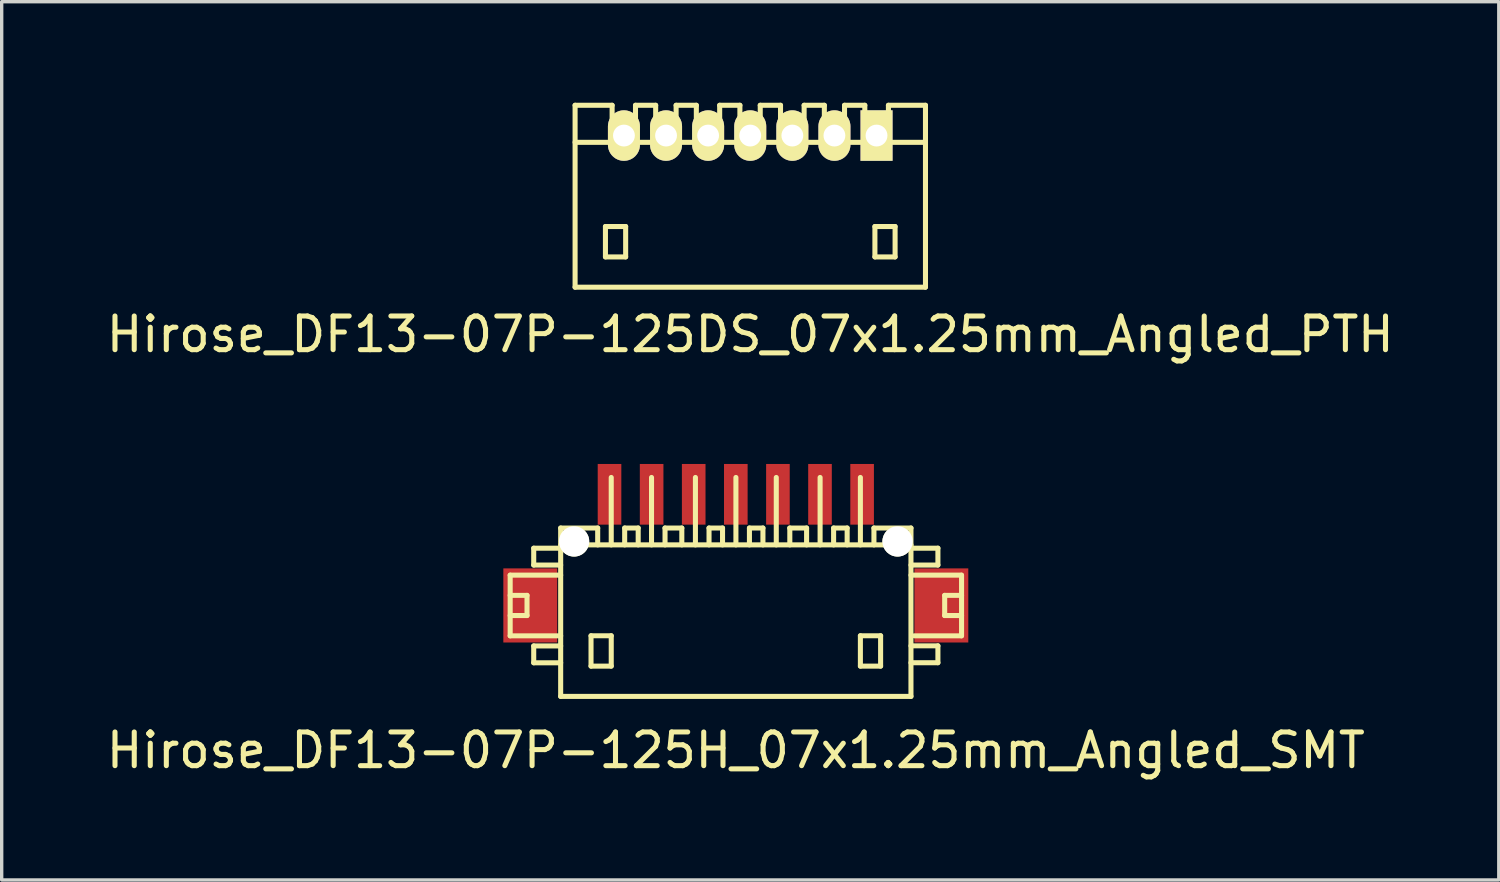
<source format=kicad_pcb>
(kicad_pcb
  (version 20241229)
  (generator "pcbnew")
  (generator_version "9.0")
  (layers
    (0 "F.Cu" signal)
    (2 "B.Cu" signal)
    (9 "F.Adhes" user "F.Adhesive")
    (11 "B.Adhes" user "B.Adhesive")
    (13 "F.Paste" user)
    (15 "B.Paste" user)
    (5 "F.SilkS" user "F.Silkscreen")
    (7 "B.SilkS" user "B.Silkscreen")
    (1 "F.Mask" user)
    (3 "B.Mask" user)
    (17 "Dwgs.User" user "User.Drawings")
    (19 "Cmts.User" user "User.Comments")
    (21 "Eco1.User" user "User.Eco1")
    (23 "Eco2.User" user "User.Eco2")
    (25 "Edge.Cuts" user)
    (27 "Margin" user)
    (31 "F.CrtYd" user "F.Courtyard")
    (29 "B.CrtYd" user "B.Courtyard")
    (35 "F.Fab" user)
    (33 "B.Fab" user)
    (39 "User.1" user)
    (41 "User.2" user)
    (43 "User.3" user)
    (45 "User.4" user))
  (footprint "Hirose_DF13-07P-125DS_07x1.25mm_Angled_PTH"
    (layer "F.Cu")
    (at 19.22 2.775)
    (property "Reference" "Hirose_DF13-07P-125DS_07x1.25mm_Angled_PTH" (at 0 4.1 0) (layer "F.SilkS") (effects (font (size 1 1) (thickness 0.15))))
    (attr through_hole)
    (fp_line (start -5.199 2.7) (end -5.199 -2.7) (stroke (width 0.15) (type solid)) (layer "F.SilkS"))
    (fp_line (start -5.199 2.7) (end 5.199 2.7) (stroke (width 0.15) (type solid)) (layer "F.SilkS"))
    (fp_line (start -4.298 0.899) (end -4.298 1.801) (stroke (width 0.15) (type solid)) (layer "F.SilkS"))
    (fp_line (start -4.298 1.801) (end -3.698 1.801) (stroke (width 0.15) (type solid)) (layer "F.SilkS"))
    (fp_line (start -4.1 -2.7) (end -5.199 -2.7) (stroke (width 0.15) (type solid)) (layer "F.SilkS"))
    (fp_line (start -4.1 -1.6) (end -4.1 -2.7) (stroke (width 0.15) (type solid)) (layer "F.SilkS"))
    (fp_line (start -3.698 0.899) (end -4.298 0.899) (stroke (width 0.15) (type solid)) (layer "F.SilkS"))
    (fp_line (start -3.698 1.801) (end -3.698 0.899) (stroke (width 0.15) (type solid)) (layer "F.SilkS"))
    (fp_line (start -3.406 -1.6) (end -3.406 -2.7) (stroke (width 0.15) (type solid)) (layer "F.SilkS"))
    (fp_line (start -2.807 -2.7) (end -3.406 -2.7) (stroke (width 0.15) (type solid)) (layer "F.SilkS"))
    (fp_line (start -2.807 -1.6) (end -2.807 -2.7) (stroke (width 0.15) (type solid)) (layer "F.SilkS"))
    (fp_line (start -2.2 -2.7) (end -1.6 -2.7) (stroke (width 0.15) (type solid)) (layer "F.SilkS"))
    (fp_line (start -2.2 -1.6) (end -2.2 -2.7) (stroke (width 0.15) (type solid)) (layer "F.SilkS"))
    (fp_line (start -1.6 -2.7) (end -1.6 -1.6) (stroke (width 0.15) (type solid)) (layer "F.SilkS"))
    (fp_line (start -0.907 -2.7) (end -0.307 -2.7) (stroke (width 0.15) (type solid)) (layer "F.SilkS"))
    (fp_line (start -0.907 -1.6) (end -0.907 -2.7) (stroke (width 0.15) (type solid)) (layer "F.SilkS"))
    (fp_line (start -0.307 -2.7) (end -0.307 -1.6) (stroke (width 0.15) (type solid)) (layer "F.SilkS"))
    (fp_line (start 0.297 -2.7) (end 0.899 -2.7) (stroke (width 0.15) (type solid)) (layer "F.SilkS"))
    (fp_line (start 0.297 -1.6) (end 0.297 -2.7) (stroke (width 0.15) (type solid)) (layer "F.SilkS"))
    (fp_line (start 0.899 -2.7) (end 0.899 -1.6) (stroke (width 0.15) (type solid)) (layer "F.SilkS"))
    (fp_line (start 1.6 -2.7) (end 2.2 -2.7) (stroke (width 0.15) (type solid)) (layer "F.SilkS"))
    (fp_line (start 1.6 -1.6) (end 1.6 -2.7) (stroke (width 0.15) (type solid)) (layer "F.SilkS"))
    (fp_line (start 2.2 -2.7) (end 2.2 -1.6) (stroke (width 0.15) (type solid)) (layer "F.SilkS"))
    (fp_line (start 2.799 -2.7) (end 3.401 -2.7) (stroke (width 0.15) (type solid)) (layer "F.SilkS"))
    (fp_line (start 2.799 -1.6) (end 2.799 -2.7) (stroke (width 0.15) (type solid)) (layer "F.SilkS"))
    (fp_line (start 3.401 -2.7) (end 3.401 -1.6) (stroke (width 0.15) (type solid)) (layer "F.SilkS"))
    (fp_line (start 3.701 0.899) (end 4.3 0.899) (stroke (width 0.15) (type solid)) (layer "F.SilkS"))
    (fp_line (start 3.701 1.801) (end 3.701 0.899) (stroke (width 0.15) (type solid)) (layer "F.SilkS"))
    (fp_line (start 4.102 -1.6) (end 4.102 -2.7) (stroke (width 0.15) (type solid)) (layer "F.SilkS"))
    (fp_line (start 4.3 0.899) (end 4.3 1.801) (stroke (width 0.15) (type solid)) (layer "F.SilkS"))
    (fp_line (start 4.3 1.801) (end 3.701 1.801) (stroke (width 0.15) (type solid)) (layer "F.SilkS"))
    (fp_line (start 5.199 -1.6) (end -5.199 -1.6) (stroke (width 0.15) (type solid)) (layer "F.SilkS"))
    (fp_line (start 5.202 -2.7) (end 4.102 -2.7) (stroke (width 0.15) (type solid)) (layer "F.SilkS"))
    (fp_line (start 5.202 2.7) (end 5.202 -2.7) (stroke (width 0.15) (type solid)) (layer "F.SilkS"))
    (pad "1" thru_hole rect (at 3.749 -1.801) (size 0.95 1.499) (drill 0.648) (layers "*.Cu" "*.Mask" "F.SilkS"))
    (pad "2" thru_hole oval (at 2.499 -1.801) (size 0.95 1.499) (drill 0.648) (layers "*.Cu" "*.Mask" "F.SilkS"))
    (pad "3" thru_hole oval (at 1.25 -1.801) (size 0.95 1.499) (drill 0.648) (layers "*.Cu" "*.Mask" "F.SilkS"))
    (pad "4" thru_hole oval (at 0 -1.801) (size 0.95 1.499) (drill 0.648) (layers "*.Cu" "*.Mask" "F.SilkS"))
    (pad "5" thru_hole oval (at -1.25 -1.801) (size 0.95 1.499) (drill 0.648) (layers "*.Cu" "*.Mask" "F.SilkS"))
    (pad "6" thru_hole oval (at -2.499 -1.801) (size 0.95 1.499) (drill 0.648) (layers "*.Cu" "*.Mask" "F.SilkS"))
    (pad "7" thru_hole oval (at -3.749 -1.801) (size 0.95 1.499) (drill 0.648) (layers "*.Cu" "*.Mask" "F.SilkS")))
  (footprint "Hirose_DF13-07P-125H_07x1.25mm_Angled_SMT"
    (layer "F.Cu")
    (at 18.792 15.123)
    (property "Reference" "Hirose_DF13-07P-125H_07x1.25mm_Angled_SMT" (at 0 4.1 0) (layer "F.SilkS") (effects (font (size 1 1) (thickness 0.15))))
    (attr smd)
    (fp_line (start -6.698 -1.1) (end -6.698 0.701) (stroke (width 0.15) (type solid)) (layer "F.SilkS"))
    (fp_line (start -6.698 0.701) (end -5.199 0.701) (stroke (width 0.15) (type solid)) (layer "F.SilkS"))
    (fp_line (start -6.198 -0.5) (end -6.698 -0.5) (stroke (width 0.15) (type solid)) (layer "F.SilkS"))
    (fp_line (start -6.198 0.099) (end -6.698 0.099) (stroke (width 0.15) (type solid)) (layer "F.SilkS"))
    (fp_line (start -6.198 0.099) (end -6.198 -0.5) (stroke (width 0.15) (type solid)) (layer "F.SilkS"))
    (fp_line (start -5.999 -1.9) (end -5.999 -1.4) (stroke (width 0.15) (type solid)) (layer "F.SilkS"))
    (fp_line (start -5.999 -1.9) (end -5.199 -1.9) (stroke (width 0.15) (type solid)) (layer "F.SilkS"))
    (fp_line (start -5.999 1.001) (end -5.999 1.501) (stroke (width 0.15) (type solid)) (layer "F.SilkS"))
    (fp_line (start -5.999 1.501) (end -5.199 1.501) (stroke (width 0.15) (type solid)) (layer "F.SilkS"))
    (fp_line (start -5.199 -1.999) (end 5.199 -1.999) (stroke (width 0.15) (type solid)) (layer "F.SilkS"))
    (fp_line (start -5.199 -1.4) (end -5.999 -1.4) (stroke (width 0.15) (type solid)) (layer "F.SilkS"))
    (fp_line (start -5.199 -1.1) (end -6.698 -1.1) (stroke (width 0.15) (type solid)) (layer "F.SilkS"))
    (fp_line (start -5.199 1.001) (end -5.999 1.001) (stroke (width 0.15) (type solid)) (layer "F.SilkS"))
    (fp_line (start -5.199 2.499) (end -5.199 -2.499) (stroke (width 0.15) (type solid)) (layer "F.SilkS"))
    (fp_line (start -5.199 2.499) (end 5.199 2.499) (stroke (width 0.15) (type solid)) (layer "F.SilkS"))
    (fp_line (start -4.298 0.699) (end -4.298 1.6) (stroke (width 0.15) (type solid)) (layer "F.SilkS"))
    (fp_line (start -4.298 1.6) (end -3.698 1.6) (stroke (width 0.15) (type solid)) (layer "F.SilkS"))
    (fp_line (start -4.1 -2.499) (end -5.199 -2.499) (stroke (width 0.15) (type solid)) (layer "F.SilkS"))
    (fp_line (start -4.1 -2.499) (end -4.1 -1.999) (stroke (width 0.15) (type solid)) (layer "F.SilkS"))
    (fp_line (start -3.698 -4) (end -3.698 -1.999) (stroke (width 0.15) (type solid)) (layer "F.SilkS"))
    (fp_line (start -3.698 0.699) (end -4.298 0.699) (stroke (width 0.15) (type solid)) (layer "F.SilkS"))
    (fp_line (start -3.698 1.6) (end -3.698 0.699) (stroke (width 0.15) (type solid)) (layer "F.SilkS"))
    (fp_line (start -3.299 -2.499) (end -3.299 -1.999) (stroke (width 0.15) (type solid)) (layer "F.SilkS"))
    (fp_line (start -2.898 -2.499) (end -3.299 -2.499) (stroke (width 0.15) (type solid)) (layer "F.SilkS"))
    (fp_line (start -2.898 -2.499) (end -2.898 -1.999) (stroke (width 0.15) (type solid)) (layer "F.SilkS"))
    (fp_line (start -2.502 -1.999) (end -2.502 -4) (stroke (width 0.15) (type solid)) (layer "F.SilkS"))
    (fp_line (start -2.103 -2.499) (end -1.603 -2.499) (stroke (width 0.15) (type solid)) (layer "F.SilkS"))
    (fp_line (start -2.101 -1.999) (end -2.101 -2.499) (stroke (width 0.15) (type solid)) (layer "F.SilkS"))
    (fp_line (start -1.603 -2.499) (end -1.603 -1.999) (stroke (width 0.15) (type solid)) (layer "F.SilkS"))
    (fp_line (start -1.199 -1.999) (end -1.199 -4) (stroke (width 0.15) (type solid)) (layer "F.SilkS"))
    (fp_line (start -0.795 -2.499) (end -0.795 -1.999) (stroke (width 0.15) (type solid)) (layer "F.SilkS"))
    (fp_line (start -0.394 -2.499) (end -0.795 -2.499) (stroke (width 0.15) (type solid)) (layer "F.SilkS"))
    (fp_line (start -0.394 -2.499) (end -0.394 -1.999) (stroke (width 0.15) (type solid)) (layer "F.SilkS"))
    (fp_line (start 0.003 -1.999) (end 0.003 -4) (stroke (width 0.15) (type solid)) (layer "F.SilkS"))
    (fp_line (start 0.404 -2.499) (end 0.404 -1.999) (stroke (width 0.15) (type solid)) (layer "F.SilkS"))
    (fp_line (start 0.805 -2.499) (end 0.404 -2.499) (stroke (width 0.15) (type solid)) (layer "F.SilkS"))
    (fp_line (start 0.805 -2.499) (end 0.805 -1.999) (stroke (width 0.15) (type solid)) (layer "F.SilkS"))
    (fp_line (start 1.201 -1.999) (end 1.201 -4) (stroke (width 0.15) (type solid)) (layer "F.SilkS"))
    (fp_line (start 1.6 -2.499) (end 2.101 -2.499) (stroke (width 0.15) (type solid)) (layer "F.SilkS"))
    (fp_line (start 1.603 -1.999) (end 1.603 -2.499) (stroke (width 0.15) (type solid)) (layer "F.SilkS"))
    (fp_line (start 2.101 -2.499) (end 2.101 -1.999) (stroke (width 0.15) (type solid)) (layer "F.SilkS"))
    (fp_line (start 2.502 -1.999) (end 2.502 -4) (stroke (width 0.15) (type solid)) (layer "F.SilkS"))
    (fp_line (start 2.903 -2.499) (end 2.903 -1.999) (stroke (width 0.15) (type solid)) (layer "F.SilkS"))
    (fp_line (start 3.305 -2.499) (end 2.903 -2.499) (stroke (width 0.15) (type solid)) (layer "F.SilkS"))
    (fp_line (start 3.305 -2.499) (end 3.305 -1.999) (stroke (width 0.15) (type solid)) (layer "F.SilkS"))
    (fp_line (start 3.698 -1.999) (end 3.698 -4) (stroke (width 0.15) (type solid)) (layer "F.SilkS"))
    (fp_line (start 3.698 0.699) (end 4.298 0.699) (stroke (width 0.15) (type solid)) (layer "F.SilkS"))
    (fp_line (start 3.698 1.6) (end 3.698 0.699) (stroke (width 0.15) (type solid)) (layer "F.SilkS"))
    (fp_line (start 4.1 -2.499) (end 4.1 -1.999) (stroke (width 0.15) (type solid)) (layer "F.SilkS"))
    (fp_line (start 4.298 0.699) (end 4.298 1.6) (stroke (width 0.15) (type solid)) (layer "F.SilkS"))
    (fp_line (start 4.298 1.6) (end 3.698 1.6) (stroke (width 0.15) (type solid)) (layer "F.SilkS"))
    (fp_line (start 5.199 -2.499) (end 4.1 -2.499) (stroke (width 0.15) (type solid)) (layer "F.SilkS"))
    (fp_line (start 5.199 -2.499) (end 5.199 2.499) (stroke (width 0.15) (type solid)) (layer "F.SilkS"))
    (fp_line (start 5.199 -1.9) (end 5.999 -1.9) (stroke (width 0.15) (type solid)) (layer "F.SilkS"))
    (fp_line (start 5.199 0.998) (end 5.999 0.998) (stroke (width 0.15) (type solid)) (layer "F.SilkS"))
    (fp_line (start 5.999 -1.9) (end 5.999 -1.4) (stroke (width 0.15) (type solid)) (layer "F.SilkS"))
    (fp_line (start 5.999 -1.4) (end 5.199 -1.4) (stroke (width 0.15) (type solid)) (layer "F.SilkS"))
    (fp_line (start 5.999 0.998) (end 5.999 1.499) (stroke (width 0.15) (type solid)) (layer "F.SilkS"))
    (fp_line (start 5.999 1.499) (end 5.199 1.499) (stroke (width 0.15) (type solid)) (layer "F.SilkS"))
    (fp_line (start 6.2 0.099) (end 6.2 -0.5) (stroke (width 0.15) (type solid)) (layer "F.SilkS"))
    (fp_line (start 6.698 -1.1) (end 5.199 -1.1) (stroke (width 0.15) (type solid)) (layer "F.SilkS"))
    (fp_line (start 6.698 0.701) (end 5.298 0.701) (stroke (width 0.15) (type solid)) (layer "F.SilkS"))
    (fp_line (start 6.701 -1.1) (end 6.701 0.701) (stroke (width 0.15) (type solid)) (layer "F.SilkS"))
    (fp_line (start 6.701 -0.5) (end 6.2 -0.5) (stroke (width 0.15) (type solid)) (layer "F.SilkS"))
    (fp_line (start 6.701 0.099) (end 6.2 0.099) (stroke (width 0.15) (type solid)) (layer "F.SilkS"))
    (pad "" smd rect (at -6.101 -0.201) (size 1.6 2.2) (layers "F.Cu" "F.Mask" "F.Paste"))
    (pad "" np_thru_hole circle (at -4.801 -2.101) (size 0.899 0.899) (drill 0.899) (layers "*.Cu" "*.Mask" "F.SilkS"))
    (pad "" np_thru_hole circle (at 4.801 -2.101) (size 0.899 0.899) (drill 0.899) (layers "*.Cu" "*.Mask" "F.SilkS"))
    (pad "" smd rect (at 6.101 -0.201) (size 1.6 2.2) (layers "F.Cu" "F.Mask" "F.Paste"))
    (pad "1" smd rect (at 3.749 -3.5) (size 0.701 1.801) (layers "F.Cu" "F.Mask" "F.Paste"))
    (pad "2" smd rect (at 2.499 -3.5) (size 0.701 1.801) (layers "F.Cu" "F.Mask" "F.Paste"))
    (pad "3" smd rect (at 1.25 -3.5) (size 0.701 1.801) (layers "F.Cu" "F.Mask" "F.Paste"))
    (pad "4" smd rect (at 0 -3.5) (size 0.701 1.801) (layers "F.Cu" "F.Mask" "F.Paste"))
    (pad "5" smd rect (at -1.25 -3.5) (size 0.701 1.801) (layers "F.Cu" "F.Mask" "F.Paste"))
    (pad "6" smd rect (at -2.499 -3.5) (size 0.701 1.801) (layers "F.Cu" "F.Mask" "F.Paste"))
    (pad "7" smd rect (at -3.749 -3.5) (size 0.701 1.801) (layers "F.Cu" "F.Mask" "F.Paste")))
  (gr_rect
    (start -3 -3)
    (end 41.44 23.071)
    (stroke (width 0.1) (type default))
    (fill no)
    (layer "Edge.Cuts")))
</source>
